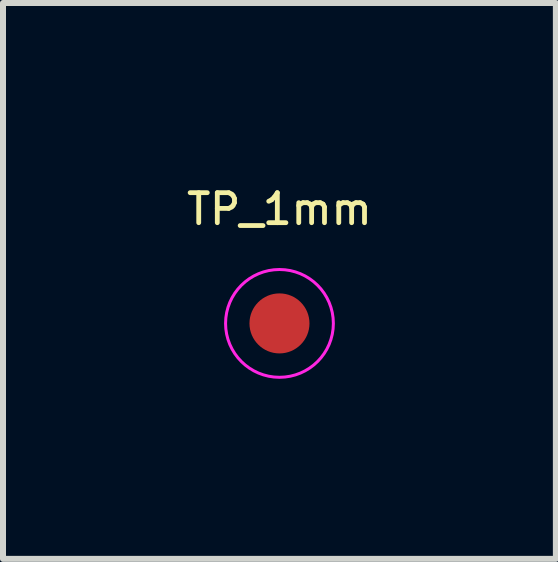
<source format=kicad_pcb>
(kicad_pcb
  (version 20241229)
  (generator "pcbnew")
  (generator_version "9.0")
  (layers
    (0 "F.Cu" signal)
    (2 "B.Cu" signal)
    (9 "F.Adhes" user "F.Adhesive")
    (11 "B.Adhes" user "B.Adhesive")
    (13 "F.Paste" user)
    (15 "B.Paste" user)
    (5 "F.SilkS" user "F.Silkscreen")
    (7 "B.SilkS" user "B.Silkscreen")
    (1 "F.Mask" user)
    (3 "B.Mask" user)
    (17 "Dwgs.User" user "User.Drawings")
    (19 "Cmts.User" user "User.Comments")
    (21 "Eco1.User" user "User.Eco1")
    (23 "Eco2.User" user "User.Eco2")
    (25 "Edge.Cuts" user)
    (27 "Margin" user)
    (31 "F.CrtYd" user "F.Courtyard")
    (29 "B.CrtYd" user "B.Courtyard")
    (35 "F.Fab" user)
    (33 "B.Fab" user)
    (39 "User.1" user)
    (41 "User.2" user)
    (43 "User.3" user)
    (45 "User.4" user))
  (footprint "TP_1mm"
    (layer "F.Cu")
    (at 1.606 2.338)
    (property "Reference" "TP_1mm" (at 0 -1.905 0) (layer "F.SilkS") (effects (font (size 0.5 0.5) (thickness 0.08))))
    (attr through_hole)
    (fp_circle (center 0 0) (end 0.898 0) (stroke (width 0.05) (type solid)) (fill no) (layer "F.CrtYd"))
    (pad "1" smd circle (at 0 0) (size 1 1) (layers "F.Cu" "F.Mask" "F.Paste")))
  (gr_rect
    (start -3 -3)
    (end 6.211 6.261)
    (stroke (width 0.1) (type default))
    (fill no)
    (layer "Edge.Cuts")))
</source>
